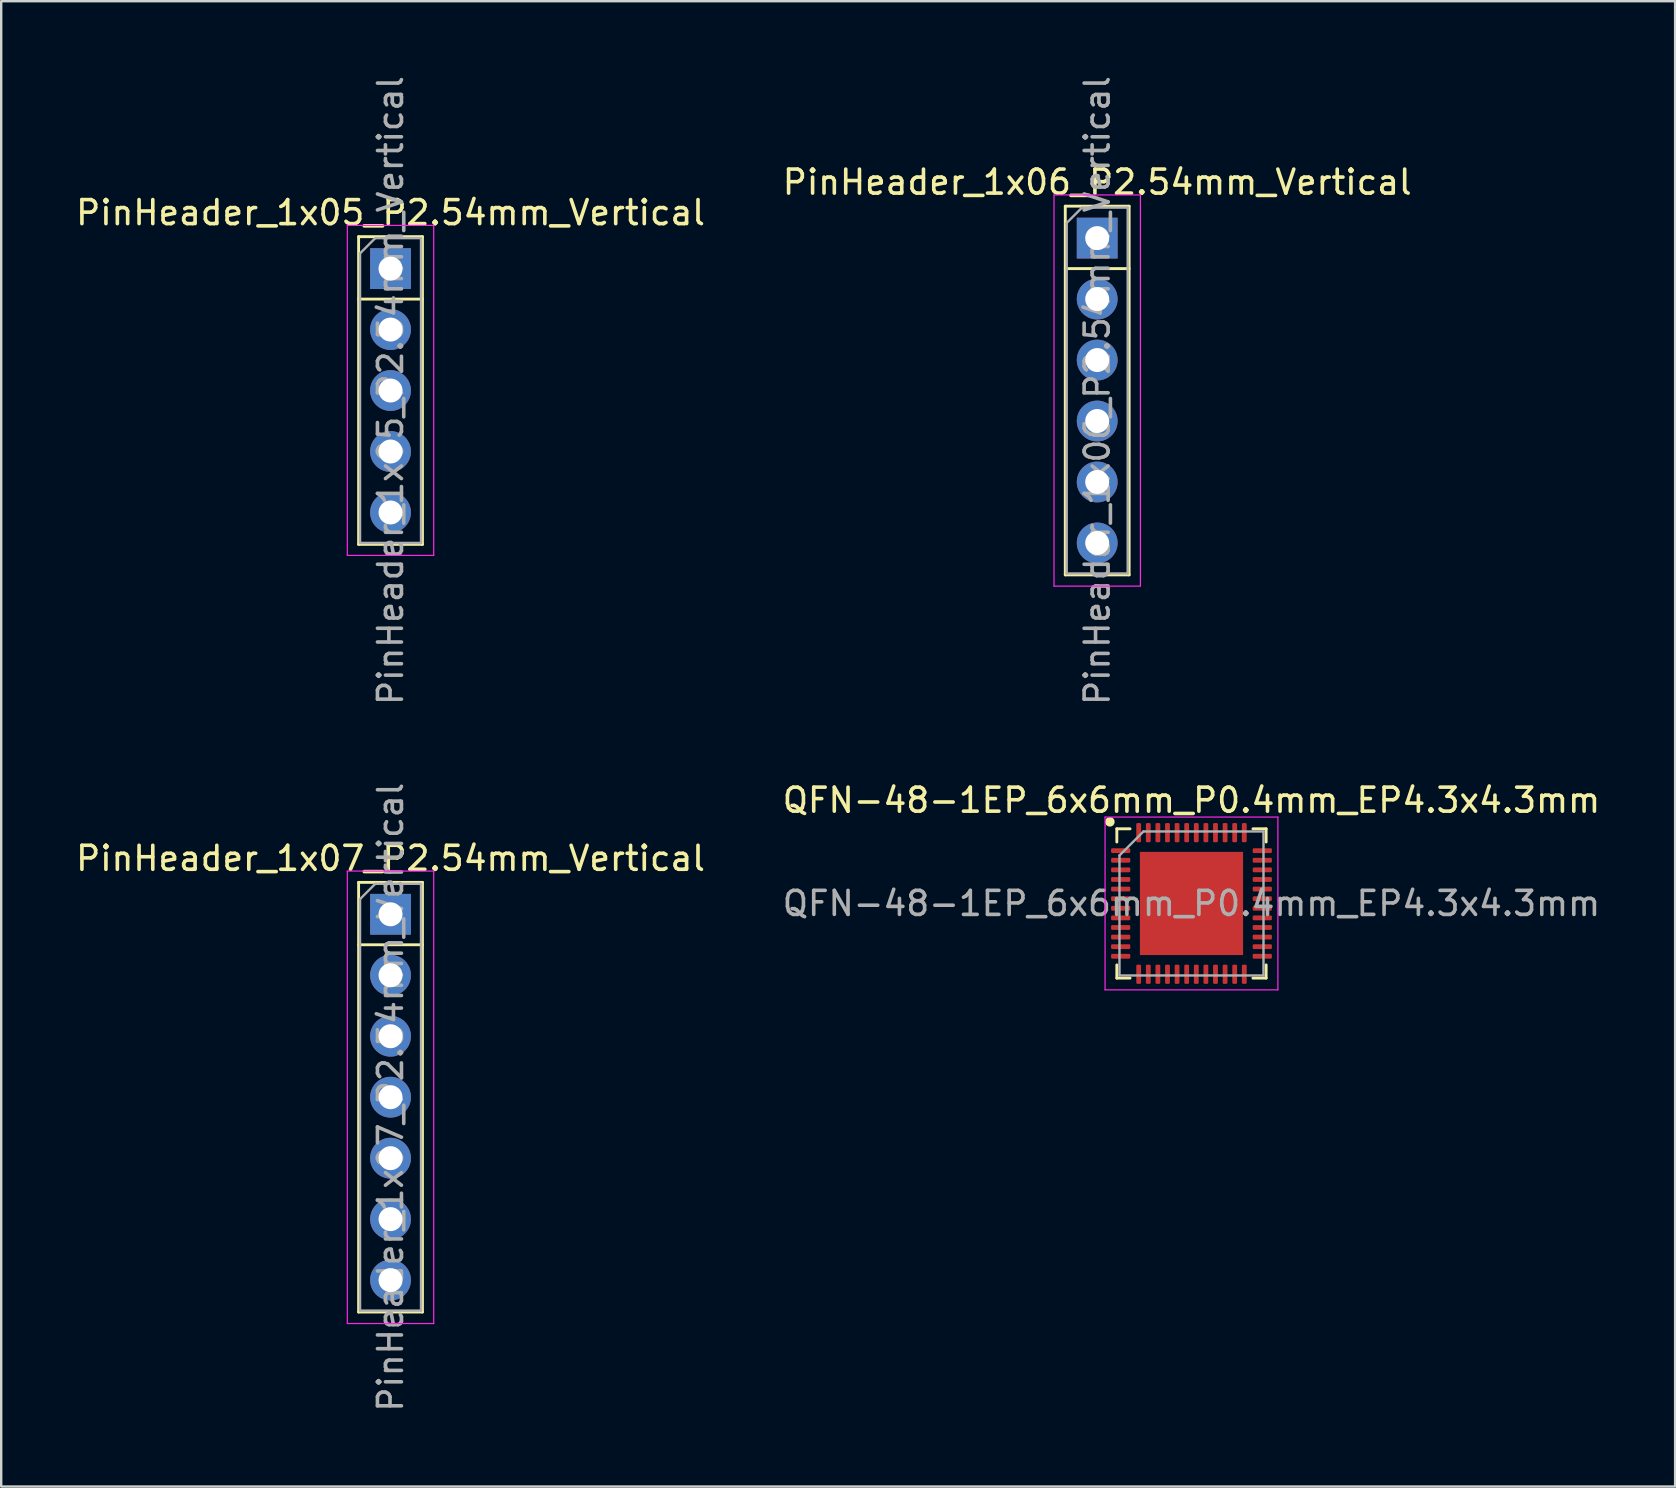
<source format=kicad_pcb>
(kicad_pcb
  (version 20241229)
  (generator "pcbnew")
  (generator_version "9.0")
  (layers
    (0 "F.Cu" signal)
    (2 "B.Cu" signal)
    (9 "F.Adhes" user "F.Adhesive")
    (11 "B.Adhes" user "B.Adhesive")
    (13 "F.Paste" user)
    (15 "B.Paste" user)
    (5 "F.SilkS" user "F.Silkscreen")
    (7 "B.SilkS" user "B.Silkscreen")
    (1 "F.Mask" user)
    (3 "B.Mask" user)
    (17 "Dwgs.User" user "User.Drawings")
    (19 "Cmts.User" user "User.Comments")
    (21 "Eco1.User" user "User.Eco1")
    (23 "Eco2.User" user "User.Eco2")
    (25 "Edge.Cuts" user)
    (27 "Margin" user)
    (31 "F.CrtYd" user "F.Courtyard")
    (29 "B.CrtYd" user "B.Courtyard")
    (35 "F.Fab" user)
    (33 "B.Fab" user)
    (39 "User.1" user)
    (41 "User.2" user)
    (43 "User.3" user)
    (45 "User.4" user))
  (footprint "PinHeader_1x06_P2.54mm_Vertical"
    (layer "F.Cu")
    (at 42.661 6.87)
    (property "Reference" "PinHeader_1x06_P2.54mm_Vertical" (at 0 -2.33 0) (layer "F.SilkS") (effects (font (size 1 1) (thickness 0.15))))
    (attr through_hole)
    (fp_line (start -1.33 -1.33) (end -1.33 14.03) (stroke (width 0.12) (type solid)) (layer "F.SilkS"))
    (fp_line (start -1.33 -1.33) (end 1.33 -1.33) (stroke (width 0.12) (type solid)) (layer "F.SilkS"))
    (fp_line (start -1.33 1.27) (end 1.33 1.27) (stroke (width 0.12) (type solid)) (layer "F.SilkS"))
    (fp_line (start -1.33 14.03) (end 1.33 14.03) (stroke (width 0.12) (type solid)) (layer "F.SilkS"))
    (fp_line (start 1.33 -1.33) (end 1.33 14.03) (stroke (width 0.12) (type solid)) (layer "F.SilkS"))
    (fp_line (start -1.8 -1.8) (end -1.8 14.5) (stroke (width 0.05) (type solid)) (layer "F.CrtYd"))
    (fp_line (start -1.8 14.5) (end 1.8 14.5) (stroke (width 0.05) (type solid)) (layer "F.CrtYd"))
    (fp_line (start 1.8 -1.8) (end -1.8 -1.8) (stroke (width 0.05) (type solid)) (layer "F.CrtYd"))
    (fp_line (start 1.8 14.5) (end 1.8 -1.8) (stroke (width 0.05) (type solid)) (layer "F.CrtYd"))
    (fp_line (start -1.27 -0.635) (end -0.635 -1.27) (stroke (width 0.1) (type solid)) (layer "F.Fab"))
    (fp_line (start -1.27 13.97) (end -1.27 -0.635) (stroke (width 0.1) (type solid)) (layer "F.Fab"))
    (fp_line (start -0.635 -1.27) (end 1.27 -1.27) (stroke (width 0.1) (type solid)) (layer "F.Fab"))
    (fp_line (start 1.27 -1.27) (end 1.27 13.97) (stroke (width 0.1) (type solid)) (layer "F.Fab"))
    (fp_line (start 1.27 13.97) (end -1.27 13.97) (stroke (width 0.1) (type solid)) (layer "F.Fab"))
    (fp_text user "${REFERENCE}" (at 0 6.35 90) (layer "F.Fab") (effects (font (size 1 1) (thickness 0.15))))
    (pad "1" thru_hole rect (at 0 0) (size 1.7 1.7) (drill 1) (layers "*.Cu" "*.Mask"))
    (pad "2" thru_hole oval (at 0 2.54) (size 1.7 1.7) (drill 1) (layers "*.Cu" "*.Mask"))
    (pad "3" thru_hole oval (at 0 5.08) (size 1.7 1.7) (drill 1) (layers "*.Cu" "*.Mask"))
    (pad "4" thru_hole oval (at 0 7.62) (size 1.7 1.7) (drill 1) (layers "*.Cu" "*.Mask"))
    (pad "5" thru_hole oval (at 0 10.16) (size 1.7 1.7) (drill 1) (layers "*.Cu" "*.Mask"))
    (pad "6" thru_hole oval (at 0 12.7) (size 1.7 1.7) (drill 1) (layers "*.Cu" "*.Mask")))
  (footprint "PinHeader_1x05_P2.54mm_Vertical"
    (layer "F.Cu")
    (at 13.22 8.14)
    (property "Reference" "PinHeader_1x05_P2.54mm_Vertical" (at 0 -2.33 0) (layer "F.SilkS") (effects (font (size 1 1) (thickness 0.15))))
    (attr through_hole)
    (fp_line (start -1.33 -1.33) (end -1.33 11.49) (stroke (width 0.12) (type solid)) (layer "F.SilkS"))
    (fp_line (start -1.33 -1.33) (end 1.33 -1.33) (stroke (width 0.12) (type solid)) (layer "F.SilkS"))
    (fp_line (start -1.33 1.27) (end 1.33 1.27) (stroke (width 0.12) (type solid)) (layer "F.SilkS"))
    (fp_line (start -1.33 11.49) (end 1.33 11.49) (stroke (width 0.12) (type solid)) (layer "F.SilkS"))
    (fp_line (start 1.33 -1.33) (end 1.33 11.49) (stroke (width 0.12) (type solid)) (layer "F.SilkS"))
    (fp_line (start -1.8 -1.8) (end -1.8 11.95) (stroke (width 0.05) (type solid)) (layer "F.CrtYd"))
    (fp_line (start -1.8 11.95) (end 1.8 11.95) (stroke (width 0.05) (type solid)) (layer "F.CrtYd"))
    (fp_line (start 1.8 -1.8) (end -1.8 -1.8) (stroke (width 0.05) (type solid)) (layer "F.CrtYd"))
    (fp_line (start 1.8 11.95) (end 1.8 -1.8) (stroke (width 0.05) (type solid)) (layer "F.CrtYd"))
    (fp_line (start -1.27 -0.635) (end -0.635 -1.27) (stroke (width 0.1) (type solid)) (layer "F.Fab"))
    (fp_line (start -1.27 11.43) (end -1.27 -0.635) (stroke (width 0.1) (type solid)) (layer "F.Fab"))
    (fp_line (start -0.635 -1.27) (end 1.27 -1.27) (stroke (width 0.1) (type solid)) (layer "F.Fab"))
    (fp_line (start 1.27 -1.27) (end 1.27 11.43) (stroke (width 0.1) (type solid)) (layer "F.Fab"))
    (fp_line (start 1.27 11.43) (end -1.27 11.43) (stroke (width 0.1) (type solid)) (layer "F.Fab"))
    (fp_text user "${REFERENCE}" (at 0 5.08 90) (layer "F.Fab") (effects (font (size 1 1) (thickness 0.15))))
    (pad "1" thru_hole rect (at 0 0) (size 1.7 1.7) (drill 1) (layers "*.Cu" "*.Mask"))
    (pad "2" thru_hole oval (at 0 2.54) (size 1.7 1.7) (drill 1) (layers "*.Cu" "*.Mask"))
    (pad "3" thru_hole oval (at 0 5.08) (size 1.7 1.7) (drill 1) (layers "*.Cu" "*.Mask"))
    (pad "4" thru_hole oval (at 0 7.62) (size 1.7 1.7) (drill 1) (layers "*.Cu" "*.Mask"))
    (pad "5" thru_hole oval (at 0 10.16) (size 1.7 1.7) (drill 1) (layers "*.Cu" "*.Mask")))
  (footprint "QFN-48-1EP_6x6mm_P0.4mm_EP4.3x4.3mm"
    (layer "F.Cu")
    (at 46.589 34.589)
    (property "Reference" "QFN-48-1EP_6x6mm_P0.4mm_EP4.3x4.3mm" (at 0 -4.3 0) (layer "F.SilkS") (effects (font (size 1 1) (thickness 0.15))))
    (attr smd)
    (fp_line (start -3.11 -3.11) (end -3.11 -2.56) (stroke (width 0.12) (type solid)) (layer "F.SilkS"))
    (fp_line (start -3.11 3.11) (end -3.11 2.56) (stroke (width 0.12) (type solid)) (layer "F.SilkS"))
    (fp_line (start -2.56 -3.11) (end -3.11 -3.11) (stroke (width 0.12) (type solid)) (layer "F.SilkS"))
    (fp_line (start -2.56 3.11) (end -3.11 3.11) (stroke (width 0.12) (type solid)) (layer "F.SilkS"))
    (fp_line (start 2.56 -3.11) (end 3.11 -3.11) (stroke (width 0.12) (type solid)) (layer "F.SilkS"))
    (fp_line (start 2.56 3.11) (end 3.11 3.11) (stroke (width 0.12) (type solid)) (layer "F.SilkS"))
    (fp_line (start 3.11 -3.11) (end 3.11 -2.56) (stroke (width 0.12) (type solid)) (layer "F.SilkS"))
    (fp_line (start 3.11 3.11) (end 3.11 2.56) (stroke (width 0.12) (type solid)) (layer "F.SilkS"))
    (fp_circle (center -3.4 -3.4) (end -3.3 -3.4) (stroke (width 0.2) (type solid)) (fill no) (layer "F.SilkS"))
    (fp_line (start -3.6 -3.6) (end -3.6 3.6) (stroke (width 0.05) (type solid)) (layer "F.CrtYd"))
    (fp_line (start -3.6 3.6) (end 3.6 3.6) (stroke (width 0.05) (type solid)) (layer "F.CrtYd"))
    (fp_line (start 3.6 -3.6) (end -3.6 -3.6) (stroke (width 0.05) (type solid)) (layer "F.CrtYd"))
    (fp_line (start 3.6 3.6) (end 3.6 -3.6) (stroke (width 0.05) (type solid)) (layer "F.CrtYd"))
    (fp_line (start -3 -2) (end -2 -3) (stroke (width 0.1) (type solid)) (layer "F.Fab"))
    (fp_line (start -3 3) (end -3 -2) (stroke (width 0.1) (type solid)) (layer "F.Fab"))
    (fp_line (start -2 -3) (end 3 -3) (stroke (width 0.1) (type solid)) (layer "F.Fab"))
    (fp_line (start 3 -3) (end 3 3) (stroke (width 0.1) (type solid)) (layer "F.Fab"))
    (fp_line (start 3 3) (end -3 3) (stroke (width 0.1) (type solid)) (layer "F.Fab"))
    (fp_text user "${REFERENCE}" (at 0 0 0) (layer "F.Fab") (effects (font (size 1 1) (thickness 0.15))))
    (pad "" smd roundrect (at -1.43 -1.43) (size 1.16 1.16) (layers "F.Paste") (roundrect_rratio 0.216))
    (pad "" smd roundrect (at -1.43 0) (size 1.16 1.16) (layers "F.Paste") (roundrect_rratio 0.216))
    (pad "" smd roundrect (at -1.43 1.43) (size 1.16 1.16) (layers "F.Paste") (roundrect_rratio 0.216))
    (pad "" smd roundrect (at 0 -1.43) (size 1.16 1.16) (layers "F.Paste") (roundrect_rratio 0.216))
    (pad "" smd roundrect (at 0 0) (size 1.16 1.16) (layers "F.Paste") (roundrect_rratio 0.216))
    (pad "" smd roundrect (at 0 1.43) (size 1.16 1.16) (layers "F.Paste") (roundrect_rratio 0.216))
    (pad "" smd roundrect (at 1.43 -1.43) (size 1.16 1.16) (layers "F.Paste") (roundrect_rratio 0.216))
    (pad "" smd roundrect (at 1.43 0) (size 1.16 1.16) (layers "F.Paste") (roundrect_rratio 0.216))
    (pad "" smd roundrect (at 1.43 1.43) (size 1.16 1.16) (layers "F.Paste") (roundrect_rratio 0.216))
    (pad "1" smd roundrect (at -2.95 -2.2) (size 0.8 0.2) (layers "F.Cu" "F.Mask" "F.Paste") (roundrect_rratio 0.25))
    (pad "2" smd roundrect (at -2.95 -1.8) (size 0.8 0.2) (layers "F.Cu" "F.Mask" "F.Paste") (roundrect_rratio 0.25))
    (pad "3" smd roundrect (at -2.95 -1.4) (size 0.8 0.2) (layers "F.Cu" "F.Mask" "F.Paste") (roundrect_rratio 0.25))
    (pad "4" smd roundrect (at -2.95 -1) (size 0.8 0.2) (layers "F.Cu" "F.Mask" "F.Paste") (roundrect_rratio 0.25))
    (pad "5" smd roundrect (at -2.95 -0.6) (size 0.8 0.2) (layers "F.Cu" "F.Mask" "F.Paste") (roundrect_rratio 0.25))
    (pad "6" smd roundrect (at -2.95 -0.2) (size 0.8 0.2) (layers "F.Cu" "F.Mask" "F.Paste") (roundrect_rratio 0.25))
    (pad "7" smd roundrect (at -2.95 0.2) (size 0.8 0.2) (layers "F.Cu" "F.Mask" "F.Paste") (roundrect_rratio 0.25))
    (pad "8" smd roundrect (at -2.95 0.6) (size 0.8 0.2) (layers "F.Cu" "F.Mask" "F.Paste") (roundrect_rratio 0.25))
    (pad "9" smd roundrect (at -2.95 1) (size 0.8 0.2) (layers "F.Cu" "F.Mask" "F.Paste") (roundrect_rratio 0.25))
    (pad "10" smd roundrect (at -2.95 1.4) (size 0.8 0.2) (layers "F.Cu" "F.Mask" "F.Paste") (roundrect_rratio 0.25))
    (pad "11" smd roundrect (at -2.95 1.8) (size 0.8 0.2) (layers "F.Cu" "F.Mask" "F.Paste") (roundrect_rratio 0.25))
    (pad "12" smd roundrect (at -2.95 2.2) (size 0.8 0.2) (layers "F.Cu" "F.Mask" "F.Paste") (roundrect_rratio 0.25))
    (pad "13" smd roundrect (at -2.2 2.95) (size 0.2 0.8) (layers "F.Cu" "F.Mask" "F.Paste") (roundrect_rratio 0.25))
    (pad "14" smd roundrect (at -1.8 2.95) (size 0.2 0.8) (layers "F.Cu" "F.Mask" "F.Paste") (roundrect_rratio 0.25))
    (pad "15" smd roundrect (at -1.4 2.95) (size 0.2 0.8) (layers "F.Cu" "F.Mask" "F.Paste") (roundrect_rratio 0.25))
    (pad "16" smd roundrect (at -1 2.95) (size 0.2 0.8) (layers "F.Cu" "F.Mask" "F.Paste") (roundrect_rratio 0.25))
    (pad "17" smd roundrect (at -0.6 2.95) (size 0.2 0.8) (layers "F.Cu" "F.Mask" "F.Paste") (roundrect_rratio 0.25))
    (pad "18" smd roundrect (at -0.2 2.95) (size 0.2 0.8) (layers "F.Cu" "F.Mask" "F.Paste") (roundrect_rratio 0.25))
    (pad "19" smd roundrect (at 0.2 2.95) (size 0.2 0.8) (layers "F.Cu" "F.Mask" "F.Paste") (roundrect_rratio 0.25))
    (pad "20" smd roundrect (at 0.6 2.95) (size 0.2 0.8) (layers "F.Cu" "F.Mask" "F.Paste") (roundrect_rratio 0.25))
    (pad "21" smd roundrect (at 1 2.95) (size 0.2 0.8) (layers "F.Cu" "F.Mask" "F.Paste") (roundrect_rratio 0.25))
    (pad "22" smd roundrect (at 1.4 2.95) (size 0.2 0.8) (layers "F.Cu" "F.Mask" "F.Paste") (roundrect_rratio 0.25))
    (pad "23" smd roundrect (at 1.8 2.95) (size 0.2 0.8) (layers "F.Cu" "F.Mask" "F.Paste") (roundrect_rratio 0.25))
    (pad "24" smd roundrect (at 2.2 2.95) (size 0.2 0.8) (layers "F.Cu" "F.Mask" "F.Paste") (roundrect_rratio 0.25))
    (pad "25" smd roundrect (at 2.95 2.2) (size 0.8 0.2) (layers "F.Cu" "F.Mask" "F.Paste") (roundrect_rratio 0.25))
    (pad "26" smd roundrect (at 2.95 1.8) (size 0.8 0.2) (layers "F.Cu" "F.Mask" "F.Paste") (roundrect_rratio 0.25))
    (pad "27" smd roundrect (at 2.95 1.4) (size 0.8 0.2) (layers "F.Cu" "F.Mask" "F.Paste") (roundrect_rratio 0.25))
    (pad "28" smd roundrect (at 2.95 1) (size 0.8 0.2) (layers "F.Cu" "F.Mask" "F.Paste") (roundrect_rratio 0.25))
    (pad "29" smd roundrect (at 2.95 0.6) (size 0.8 0.2) (layers "F.Cu" "F.Mask" "F.Paste") (roundrect_rratio 0.25))
    (pad "30" smd roundrect (at 2.95 0.2) (size 0.8 0.2) (layers "F.Cu" "F.Mask" "F.Paste") (roundrect_rratio 0.25))
    (pad "31" smd roundrect (at 2.95 -0.2) (size 0.8 0.2) (layers "F.Cu" "F.Mask" "F.Paste") (roundrect_rratio 0.25))
    (pad "32" smd roundrect (at 2.95 -0.6) (size 0.8 0.2) (layers "F.Cu" "F.Mask" "F.Paste") (roundrect_rratio 0.25))
    (pad "33" smd roundrect (at 2.95 -1) (size 0.8 0.2) (layers "F.Cu" "F.Mask" "F.Paste") (roundrect_rratio 0.25))
    (pad "34" smd roundrect (at 2.95 -1.4) (size 0.8 0.2) (layers "F.Cu" "F.Mask" "F.Paste") (roundrect_rratio 0.25))
    (pad "35" smd roundrect (at 2.95 -1.8) (size 0.8 0.2) (layers "F.Cu" "F.Mask" "F.Paste") (roundrect_rratio 0.25))
    (pad "36" smd roundrect (at 2.95 -2.2) (size 0.8 0.2) (layers "F.Cu" "F.Mask" "F.Paste") (roundrect_rratio 0.25))
    (pad "37" smd roundrect (at 2.2 -2.95) (size 0.2 0.8) (layers "F.Cu" "F.Mask" "F.Paste") (roundrect_rratio 0.25))
    (pad "38" smd roundrect (at 1.8 -2.95) (size 0.2 0.8) (layers "F.Cu" "F.Mask" "F.Paste") (roundrect_rratio 0.25))
    (pad "39" smd roundrect (at 1.4 -2.95) (size 0.2 0.8) (layers "F.Cu" "F.Mask" "F.Paste") (roundrect_rratio 0.25))
    (pad "40" smd roundrect (at 1 -2.95) (size 0.2 0.8) (layers "F.Cu" "F.Mask" "F.Paste") (roundrect_rratio 0.25))
    (pad "41" smd roundrect (at 0.6 -2.95) (size 0.2 0.8) (layers "F.Cu" "F.Mask" "F.Paste") (roundrect_rratio 0.25))
    (pad "42" smd roundrect (at 0.2 -2.95) (size 0.2 0.8) (layers "F.Cu" "F.Mask" "F.Paste") (roundrect_rratio 0.25))
    (pad "43" smd roundrect (at -0.2 -2.95) (size 0.2 0.8) (layers "F.Cu" "F.Mask" "F.Paste") (roundrect_rratio 0.25))
    (pad "44" smd roundrect (at -0.6 -2.95) (size 0.2 0.8) (layers "F.Cu" "F.Mask" "F.Paste") (roundrect_rratio 0.25))
    (pad "45" smd roundrect (at -1 -2.95) (size 0.2 0.8) (layers "F.Cu" "F.Mask" "F.Paste") (roundrect_rratio 0.25))
    (pad "46" smd roundrect (at -1.4 -2.95) (size 0.2 0.8) (layers "F.Cu" "F.Mask" "F.Paste") (roundrect_rratio 0.25))
    (pad "47" smd roundrect (at -1.8 -2.95) (size 0.2 0.8) (layers "F.Cu" "F.Mask" "F.Paste") (roundrect_rratio 0.25))
    (pad "48" smd roundrect (at -2.2 -2.95) (size 0.2 0.8) (layers "F.Cu" "F.Mask" "F.Paste") (roundrect_rratio 0.25))
    (pad "49" smd rect (at 0 0) (size 4.3 4.3) (layers "F.Cu" "F.Mask")))
  (footprint "PinHeader_1x07_P2.54mm_Vertical"
    (layer "F.Cu")
    (at 13.22 35.041)
    (property "Reference" "PinHeader_1x07_P2.54mm_Vertical" (at 0 -2.33 0) (layer "F.SilkS") (effects (font (size 1 1) (thickness 0.15))))
    (attr through_hole)
    (fp_line (start -1.33 -1.33) (end -1.33 16.57) (stroke (width 0.12) (type solid)) (layer "F.SilkS"))
    (fp_line (start -1.33 -1.33) (end 1.33 -1.33) (stroke (width 0.12) (type solid)) (layer "F.SilkS"))
    (fp_line (start -1.33 1.27) (end 1.33 1.27) (stroke (width 0.12) (type solid)) (layer "F.SilkS"))
    (fp_line (start -1.33 16.57) (end 1.33 16.57) (stroke (width 0.12) (type solid)) (layer "F.SilkS"))
    (fp_line (start 1.33 -1.33) (end 1.33 16.57) (stroke (width 0.12) (type solid)) (layer "F.SilkS"))
    (fp_line (start -1.8 -1.8) (end -1.8 17.05) (stroke (width 0.05) (type solid)) (layer "F.CrtYd"))
    (fp_line (start -1.8 17.05) (end 1.8 17.05) (stroke (width 0.05) (type solid)) (layer "F.CrtYd"))
    (fp_line (start 1.8 -1.8) (end -1.8 -1.8) (stroke (width 0.05) (type solid)) (layer "F.CrtYd"))
    (fp_line (start 1.8 17.05) (end 1.8 -1.8) (stroke (width 0.05) (type solid)) (layer "F.CrtYd"))
    (fp_line (start -1.27 -0.635) (end -0.635 -1.27) (stroke (width 0.1) (type solid)) (layer "F.Fab"))
    (fp_line (start -1.27 16.51) (end -1.27 -0.635) (stroke (width 0.1) (type solid)) (layer "F.Fab"))
    (fp_line (start -0.635 -1.27) (end 1.27 -1.27) (stroke (width 0.1) (type solid)) (layer "F.Fab"))
    (fp_line (start 1.27 -1.27) (end 1.27 16.51) (stroke (width 0.1) (type solid)) (layer "F.Fab"))
    (fp_line (start 1.27 16.51) (end -1.27 16.51) (stroke (width 0.1) (type solid)) (layer "F.Fab"))
    (fp_text user "${REFERENCE}" (at 0 7.62 90) (layer "F.Fab") (effects (font (size 1 1) (thickness 0.15))))
    (pad "1" thru_hole rect (at 0 0) (size 1.7 1.7) (drill 1) (layers "*.Cu" "*.Mask"))
    (pad "2" thru_hole oval (at 0 2.54) (size 1.7 1.7) (drill 1) (layers "*.Cu" "*.Mask"))
    (pad "3" thru_hole oval (at 0 5.08) (size 1.7 1.7) (drill 1) (layers "*.Cu" "*.Mask"))
    (pad "4" thru_hole oval (at 0 7.62) (size 1.7 1.7) (drill 1) (layers "*.Cu" "*.Mask"))
    (pad "5" thru_hole oval (at 0 10.16) (size 1.7 1.7) (drill 1) (layers "*.Cu" "*.Mask"))
    (pad "6" thru_hole oval (at 0 12.7) (size 1.7 1.7) (drill 1) (layers "*.Cu" "*.Mask"))
    (pad "7" thru_hole oval (at 0 15.24) (size 1.7 1.7) (drill 1) (layers "*.Cu" "*.Mask")))
  (gr_rect
    (start -3 -3)
    (end 66.738 58.881)
    (stroke (width 0.1) (type default))
    (fill no)
    (layer "Edge.Cuts")))
</source>
